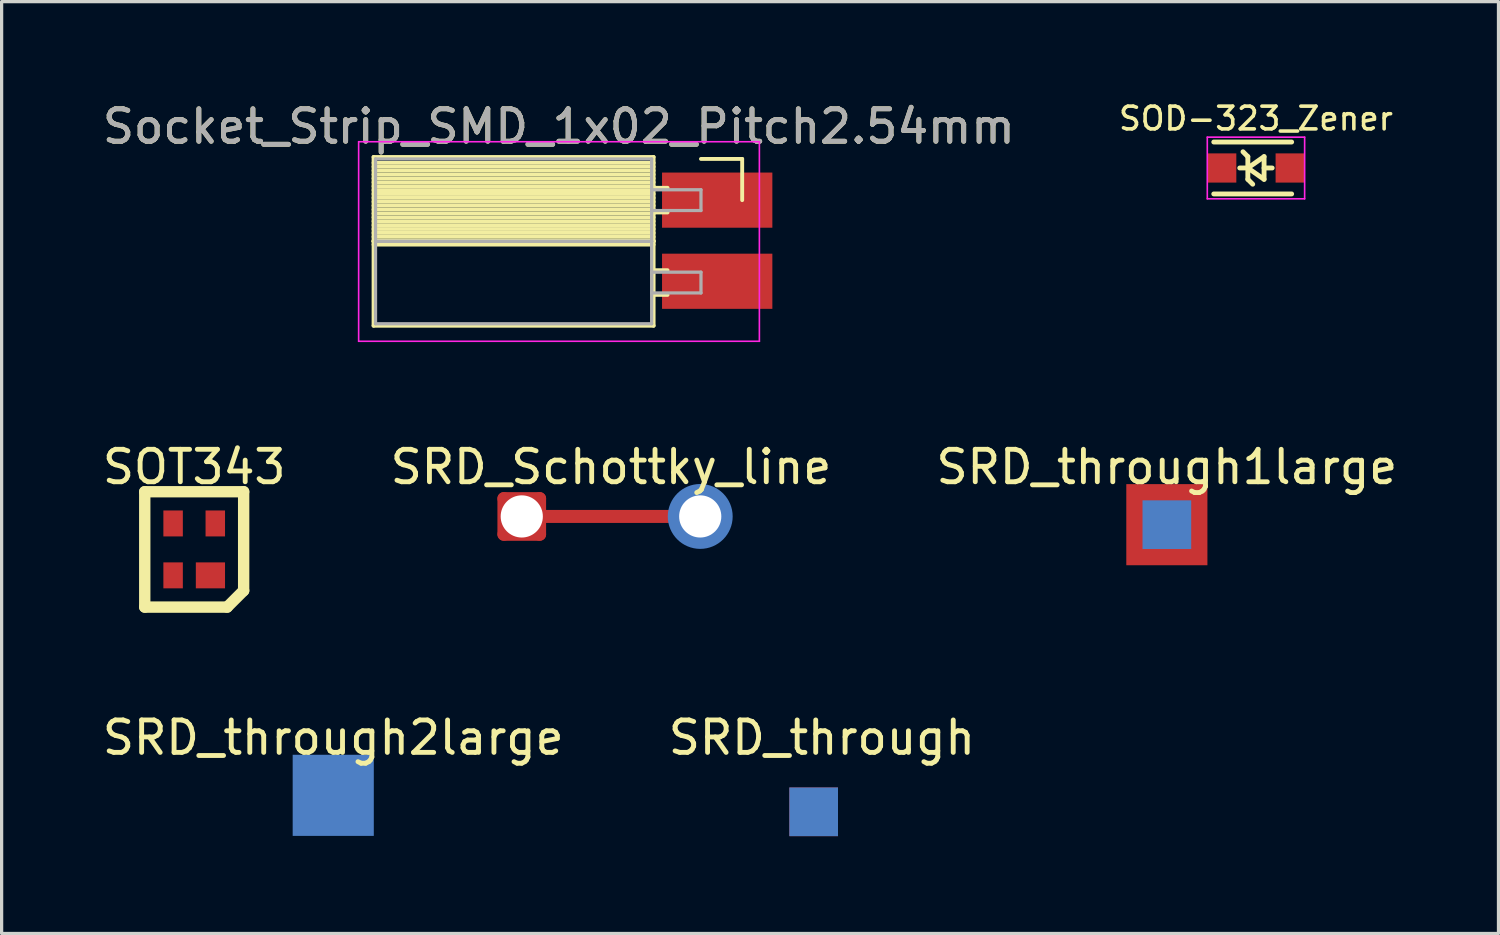
<source format=kicad_pcb>
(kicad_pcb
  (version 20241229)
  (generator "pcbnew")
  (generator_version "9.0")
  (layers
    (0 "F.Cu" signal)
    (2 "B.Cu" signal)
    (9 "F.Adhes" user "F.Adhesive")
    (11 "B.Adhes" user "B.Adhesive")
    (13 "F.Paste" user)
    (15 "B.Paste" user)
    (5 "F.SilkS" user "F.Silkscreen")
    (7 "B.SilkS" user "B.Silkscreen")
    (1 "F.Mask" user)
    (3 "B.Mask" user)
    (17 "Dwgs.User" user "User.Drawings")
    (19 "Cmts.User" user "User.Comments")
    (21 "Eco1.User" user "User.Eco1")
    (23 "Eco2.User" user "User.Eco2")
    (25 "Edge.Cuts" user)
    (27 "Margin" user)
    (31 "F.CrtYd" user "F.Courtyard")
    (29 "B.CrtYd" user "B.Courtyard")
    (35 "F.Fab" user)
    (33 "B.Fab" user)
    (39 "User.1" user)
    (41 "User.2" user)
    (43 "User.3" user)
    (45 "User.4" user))
  (footprint "SOD-323_Zener"
    (layer "F.Cu")
    (at 35.657 2.127)
    (property "Reference" "SOD-323_Zener" (at 0 -1.524 0) (layer "F.SilkS") (effects (font (size 0.7 0.7) (thickness 0.11))))
    (attr smd)
    (fp_line (start -1.3 -0.8) (end 1.1 -0.8) (stroke (width 0.15) (type solid)) (layer "F.SilkS"))
    (fp_line (start -1.3 0.8) (end 1.1 0.8) (stroke (width 0.15) (type solid)) (layer "F.SilkS"))
    (fp_line (start -0.4 -0.5) (end -0.25 -0.35) (stroke (width 0.15) (type solid)) (layer "F.SilkS"))
    (fp_line (start -0.25 -0.35) (end -0.25 0.35) (stroke (width 0.15) (type solid)) (layer "F.SilkS"))
    (fp_line (start -0.25 0) (end -0.5 0) (stroke (width 0.15) (type solid)) (layer "F.SilkS"))
    (fp_line (start -0.25 0) (end 0.25 -0.35) (stroke (width 0.15) (type solid)) (layer "F.SilkS"))
    (fp_line (start -0.25 0.35) (end -0.1 0.5) (stroke (width 0.15) (type solid)) (layer "F.SilkS"))
    (fp_line (start 0.25 -0.35) (end 0.25 0.35) (stroke (width 0.15) (type solid)) (layer "F.SilkS"))
    (fp_line (start 0.25 0) (end 0.5 0) (stroke (width 0.15) (type solid)) (layer "F.SilkS"))
    (fp_line (start 0.25 0.35) (end -0.25 0) (stroke (width 0.15) (type solid)) (layer "F.SilkS"))
    (fp_line (start -1.5 -0.95) (end -1.5 0.95) (stroke (width 0.05) (type solid)) (layer "F.CrtYd"))
    (fp_line (start -1.5 -0.95) (end 1.5 -0.95) (stroke (width 0.05) (type solid)) (layer "F.CrtYd"))
    (fp_line (start -1.5 0.95) (end 1.5 0.95) (stroke (width 0.05) (type solid)) (layer "F.CrtYd"))
    (fp_line (start 1.5 -0.95) (end 1.5 0.95) (stroke (width 0.05) (type solid)) (layer "F.CrtYd"))
    (pad "1" smd rect (at -1.055 0) (size 0.9 0.9) (layers "F.Cu" "F.Mask" "F.Paste"))
    (pad "2" smd rect (at 1.055 0) (size 0.9 0.9) (layers "F.Cu" "F.Mask" "F.Paste")))
  (footprint "SOT343"
    (layer "F.Cu")
    (at 2.935 13.882)
    (property "Reference" "SOT343" (at 0 -2.54 0) (layer "F.SilkS") (effects (font (size 1 1) (thickness 0.15))))
    (attr through_hole)
    (fp_line (start -1.524 -1.778) (end -1.524 1.778) (stroke (width 0.35) (type solid)) (layer "F.SilkS"))
    (fp_line (start -1.524 -1.778) (end 1.524 -1.778) (stroke (width 0.35) (type solid)) (layer "F.SilkS"))
    (fp_line (start -1.524 1.778) (end 1.016 1.778) (stroke (width 0.35) (type solid)) (layer "F.SilkS"))
    (fp_line (start 1.524 -1.778) (end 1.524 1.27) (stroke (width 0.35) (type solid)) (layer "F.SilkS"))
    (fp_line (start 1.524 1.27) (end 1.016 1.778) (stroke (width 0.35) (type solid)) (layer "F.SilkS"))
    (pad "1" smd rect (at 0.5 0.8) (size 0.9 0.8) (layers "F.Cu" "F.Mask" "F.Paste"))
    (pad "2" smd rect (at -0.65 0.8) (size 0.6 0.8) (layers "F.Cu" "F.Mask" "F.Paste"))
    (pad "3" smd rect (at -0.65 -0.8) (size 0.6 0.8) (layers "F.Cu" "F.Mask" "F.Paste"))
    (pad "4" smd rect (at 0.65 -0.8) (size 0.6 0.8) (layers "F.Cu" "F.Mask" "F.Paste")))
  (footprint "SRD_through"
    (layer "F.Cu")
    (at 22.026 21.969)
    (property "Reference" "SRD_through" (at 0.254 -2.286 0) (layer "F.SilkS") (effects (font (size 1 1) (thickness 0.15))))
    (attr through_hole)
    (pad "1" smd rect (at 0 0) (size 1.5 1.5) (layers "F.Cu" "F.Mask" "F.Paste"))
    (pad "2" smd rect (at 0 0) (size 1.5 1.5) (layers "B.Cu" "B.Mask" "B.Paste")))
  (footprint "Socket_Strip_SMD_1x02_Pitch2.54mm"
    (layer "F.Cu")
    (at 18.553 3.118)
    (property "Reference" "Socket_Strip_SMD_1x02_Pitch2.54mm" (at -4.38 -2.27 0) (layer "F.SilkS") (effects (font (size 1 1) (thickness 0.15))))
    (attr through_hole)
    (fp_line (start -10.09 -1.33) (end -1.46 -1.33) (stroke (width 0.12) (type solid)) (layer "F.SilkS"))
    (fp_line (start -10.09 1.27) (end -10.09 -1.33) (stroke (width 0.12) (type solid)) (layer "F.SilkS"))
    (fp_line (start -10.09 1.27) (end -1.46 1.27) (stroke (width 0.12) (type solid)) (layer "F.SilkS"))
    (fp_line (start -10.09 3.87) (end -10.09 1.27) (stroke (width 0.12) (type solid)) (layer "F.SilkS"))
    (fp_line (start -1.46 -1.33) (end -1.46 1.27) (stroke (width 0.12) (type solid)) (layer "F.SilkS"))
    (fp_line (start -1.46 -1.15) (end -10.09 -1.15) (stroke (width 0.12) (type solid)) (layer "F.SilkS"))
    (fp_line (start -1.46 -1.03) (end -10.09 -1.03) (stroke (width 0.12) (type solid)) (layer "F.SilkS"))
    (fp_line (start -1.46 -0.91) (end -10.09 -0.91) (stroke (width 0.12) (type solid)) (layer "F.SilkS"))
    (fp_line (start -1.46 -0.79) (end -10.09 -0.79) (stroke (width 0.12) (type solid)) (layer "F.SilkS"))
    (fp_line (start -1.46 -0.67) (end -10.09 -0.67) (stroke (width 0.12) (type solid)) (layer "F.SilkS"))
    (fp_line (start -1.46 -0.55) (end -10.09 -0.55) (stroke (width 0.12) (type solid)) (layer "F.SilkS"))
    (fp_line (start -1.46 -0.43) (end -10.09 -0.43) (stroke (width 0.12) (type solid)) (layer "F.SilkS"))
    (fp_line (start -1.46 -0.31) (end -10.09 -0.31) (stroke (width 0.12) (type solid)) (layer "F.SilkS"))
    (fp_line (start -1.46 -0.19) (end -10.09 -0.19) (stroke (width 0.12) (type solid)) (layer "F.SilkS"))
    (fp_line (start -1.46 -0.07) (end -10.09 -0.07) (stroke (width 0.12) (type solid)) (layer "F.SilkS"))
    (fp_line (start -1.46 0.05) (end -10.09 0.05) (stroke (width 0.12) (type solid)) (layer "F.SilkS"))
    (fp_line (start -1.46 0.17) (end -10.09 0.17) (stroke (width 0.12) (type solid)) (layer "F.SilkS"))
    (fp_line (start -1.46 0.29) (end -10.09 0.29) (stroke (width 0.12) (type solid)) (layer "F.SilkS"))
    (fp_line (start -1.46 0.41) (end -10.09 0.41) (stroke (width 0.12) (type solid)) (layer "F.SilkS"))
    (fp_line (start -1.46 0.53) (end -10.09 0.53) (stroke (width 0.12) (type solid)) (layer "F.SilkS"))
    (fp_line (start -1.46 0.65) (end -10.09 0.65) (stroke (width 0.12) (type solid)) (layer "F.SilkS"))
    (fp_line (start -1.46 0.77) (end -10.09 0.77) (stroke (width 0.12) (type solid)) (layer "F.SilkS"))
    (fp_line (start -1.46 0.89) (end -10.09 0.89) (stroke (width 0.12) (type solid)) (layer "F.SilkS"))
    (fp_line (start -1.46 1.01) (end -10.09 1.01) (stroke (width 0.12) (type solid)) (layer "F.SilkS"))
    (fp_line (start -1.46 1.13) (end -10.09 1.13) (stroke (width 0.12) (type solid)) (layer "F.SilkS"))
    (fp_line (start -1.46 1.25) (end -10.09 1.25) (stroke (width 0.12) (type solid)) (layer "F.SilkS"))
    (fp_line (start -1.46 1.27) (end -10.09 1.27) (stroke (width 0.12) (type solid)) (layer "F.SilkS"))
    (fp_line (start -1.46 1.27) (end -1.46 3.87) (stroke (width 0.12) (type solid)) (layer "F.SilkS"))
    (fp_line (start -1.46 1.37) (end -10.09 1.37) (stroke (width 0.12) (type solid)) (layer "F.SilkS"))
    (fp_line (start -1.46 3.87) (end -10.09 3.87) (stroke (width 0.12) (type solid)) (layer "F.SilkS"))
    (fp_line (start -1.03 -0.38) (end -1.46 -0.38) (stroke (width 0.12) (type solid)) (layer "F.SilkS"))
    (fp_line (start -1.03 0.38) (end -1.46 0.38) (stroke (width 0.12) (type solid)) (layer "F.SilkS"))
    (fp_line (start -1.03 2.16) (end -1.46 2.16) (stroke (width 0.12) (type solid)) (layer "F.SilkS"))
    (fp_line (start -1.03 2.92) (end -1.46 2.92) (stroke (width 0.12) (type solid)) (layer "F.SilkS"))
    (fp_line (start 0 -1.27) (end 1.27 -1.27) (stroke (width 0.12) (type solid)) (layer "F.SilkS"))
    (fp_line (start 1.27 -1.27) (end 1.27 0) (stroke (width 0.12) (type solid)) (layer "F.SilkS"))
    (fp_line (start -10.55 -1.8) (end 1.8 -1.8) (stroke (width 0.05) (type solid)) (layer "F.CrtYd"))
    (fp_line (start -10.55 4.35) (end -10.55 -1.8) (stroke (width 0.05) (type solid)) (layer "F.CrtYd"))
    (fp_line (start 1.8 -1.8) (end 1.8 4.35) (stroke (width 0.05) (type solid)) (layer "F.CrtYd"))
    (fp_line (start 1.8 4.35) (end -10.55 4.35) (stroke (width 0.05) (type solid)) (layer "F.CrtYd"))
    (fp_line (start -10.03 -1.27) (end -1.52 -1.27) (stroke (width 0.1) (type solid)) (layer "F.Fab"))
    (fp_line (start -10.03 1.27) (end -10.03 -1.27) (stroke (width 0.1) (type solid)) (layer "F.Fab"))
    (fp_line (start -10.03 1.27) (end -1.52 1.27) (stroke (width 0.1) (type solid)) (layer "F.Fab"))
    (fp_line (start -10.03 3.81) (end -10.03 1.27) (stroke (width 0.1) (type solid)) (layer "F.Fab"))
    (fp_line (start -1.52 -1.27) (end -1.52 1.27) (stroke (width 0.1) (type solid)) (layer "F.Fab"))
    (fp_line (start -1.52 -0.32) (end 0 -0.32) (stroke (width 0.1) (type solid)) (layer "F.Fab"))
    (fp_line (start -1.52 0.32) (end -1.52 -0.32) (stroke (width 0.1) (type solid)) (layer "F.Fab"))
    (fp_line (start -1.52 1.27) (end -10.03 1.27) (stroke (width 0.1) (type solid)) (layer "F.Fab"))
    (fp_line (start -1.52 1.27) (end -1.52 3.81) (stroke (width 0.1) (type solid)) (layer "F.Fab"))
    (fp_line (start -1.52 2.22) (end 0 2.22) (stroke (width 0.1) (type solid)) (layer "F.Fab"))
    (fp_line (start -1.52 2.86) (end -1.52 2.22) (stroke (width 0.1) (type solid)) (layer "F.Fab"))
    (fp_line (start -1.52 3.81) (end -10.03 3.81) (stroke (width 0.1) (type solid)) (layer "F.Fab"))
    (fp_line (start 0 -0.32) (end 0 0.32) (stroke (width 0.1) (type solid)) (layer "F.Fab"))
    (fp_line (start 0 0.32) (end -1.52 0.32) (stroke (width 0.1) (type solid)) (layer "F.Fab"))
    (fp_line (start 0 2.22) (end 0 2.86) (stroke (width 0.1) (type solid)) (layer "F.Fab"))
    (fp_line (start 0 2.86) (end -1.52 2.86) (stroke (width 0.1) (type solid)) (layer "F.Fab"))
    (fp_text user "${REFERENCE}" (at -4.38 -2.27 0) (layer "F.Fab") (effects (font (size 1 1) (thickness 0.15))))
    (pad "1" smd rect (at 0.5 0) (size 3.4 1.7) (layers "F.Cu" "F.Mask" "F.Paste"))
    (pad "2" smd rect (at 0.5 2.5) (size 3.4 1.7) (layers "F.Cu" "F.Mask" "F.Paste")))
  (footprint "SRD_Schottky_line"
    (layer "F.Cu")
    (at 15.78 12.866)
    (property "Reference" "SRD_Schottky_line" (at 0 -1.524 0) (layer "F.SilkS") (effects (font (size 1 1) (thickness 0.15))))
    (attr through_hole)
    (fp_line (start -3.3 -0.55) (end -3.3 0.55) (stroke (width 0.4) (type solid)) (layer "F.Cu"))
    (fp_line (start -3.3 0.55) (end -2.2 0.55) (stroke (width 0.4) (type solid)) (layer "F.Cu"))
    (fp_line (start -2.2 -0.55) (end -3.3 -0.55) (stroke (width 0.4) (type solid)) (layer "F.Cu"))
    (fp_line (start -2.2 0.55) (end -2.2 -0.55) (stroke (width 0.4) (type solid)) (layer "F.Cu"))
    (fp_line (start -2 0) (end 2 0) (stroke (width 0.4) (type solid)) (layer "F.Cu"))
    (fp_line (start 2.2 -0.55) (end 3.3 -0.55) (stroke (width 0.4) (type solid)) (layer "F.Cu"))
    (fp_line (start 2.2 0.55) (end 2.2 -0.55) (stroke (width 0.4) (type solid)) (layer "F.Cu"))
    (fp_line (start 3.3 -0.55) (end 3.3 0.55) (stroke (width 0.4) (type solid)) (layer "F.Cu"))
    (fp_line (start 3.3 0.55) (end 2.2 0.55) (stroke (width 0.4) (type solid)) (layer "F.Cu"))
    (pad "" np_thru_hole circle (at -2.75 0) (size 1.3 1.3) (drill 1.3) (layers "*.Cu" "*.Mask"))
    (pad "" np_thru_hole circle (at 2.75 0) (size 1.3 1.3) (drill 1.3) (layers "*.Cu" "F.Mask"))
    (pad "1" smd circle (at 2.75 0) (size 2 2) (layers "B.Cu")))
  (footprint "SRD_through2large"
    (layer "F.Cu")
    (at 7.22 21.461)
    (property "Reference" "SRD_through2large" (at 0 -1.778 0) (layer "F.SilkS") (effects (font (size 1 1) (thickness 0.15))))
    (attr through_hole)
    (pad "1" smd rect (at 0 0) (size 1.5 1.5) (layers "F.Cu" "F.Mask" "F.Paste"))
    (pad "2" smd rect (at 0 0) (size 2.5 2.5) (layers "B.Cu" "B.Mask" "B.Paste")))
  (footprint "SRD_through1large"
    (layer "F.Cu")
    (at 32.911 13.12)
    (property "Reference" "SRD_through1large" (at 0 -1.778 0) (layer "F.SilkS") (effects (font (size 1 1) (thickness 0.15))))
    (attr through_hole)
    (pad "1" smd rect (at 0 0) (size 2.5 2.5) (layers "F.Cu" "F.Mask" "F.Paste"))
    (pad "2" smd rect (at 0 0) (size 1.5 1.5) (layers "B.Cu" "B.Mask" "B.Paste")))
  (gr_rect
    (start -3 -3)
    (end 43.131 25.719)
    (stroke (width 0.1) (type default))
    (fill no)
    (layer "Edge.Cuts")))
</source>
